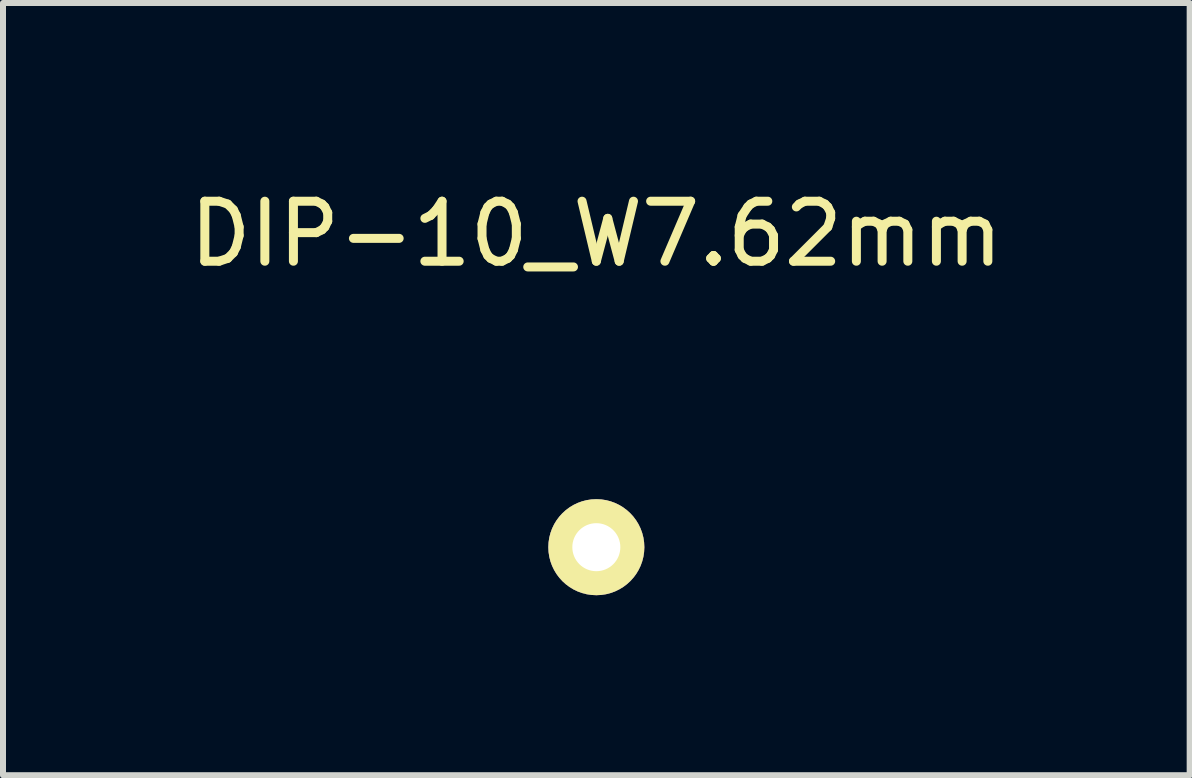
<source format=kicad_pcb>
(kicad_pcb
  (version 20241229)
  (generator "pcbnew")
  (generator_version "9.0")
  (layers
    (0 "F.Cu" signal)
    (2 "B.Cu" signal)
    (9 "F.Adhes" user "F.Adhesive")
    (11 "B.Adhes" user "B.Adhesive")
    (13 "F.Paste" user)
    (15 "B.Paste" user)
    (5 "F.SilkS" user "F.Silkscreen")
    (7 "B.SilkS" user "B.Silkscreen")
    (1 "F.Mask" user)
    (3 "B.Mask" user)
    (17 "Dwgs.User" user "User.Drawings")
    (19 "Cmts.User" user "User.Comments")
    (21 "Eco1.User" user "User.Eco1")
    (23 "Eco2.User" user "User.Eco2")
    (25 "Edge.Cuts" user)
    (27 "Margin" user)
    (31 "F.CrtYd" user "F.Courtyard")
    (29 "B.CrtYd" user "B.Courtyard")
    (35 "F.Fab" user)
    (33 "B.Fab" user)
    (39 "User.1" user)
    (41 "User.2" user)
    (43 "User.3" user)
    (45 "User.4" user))
  (footprint "DIP-10_W7.62mm"
    (layer "F.Cu")
    (at 6.887 6.068)
    (property "Reference" "DIP-10_W7.62mm" (at 0 -5.22 0) (layer "F.SilkS") (effects (font (size 1 1) (thickness 0.15))))
    (attr through_hole)
    (pad "1" thru_hole oval (at 0 0) (size 1.6 1.6) (drill 0.8) (layers "*.Cu" "*.Mask" "F.SilkS")))
  (gr_rect
    (start -3 -3)
    (end 16.774 9.868)
    (stroke (width 0.1) (type default))
    (fill no)
    (layer "Edge.Cuts")))
</source>
